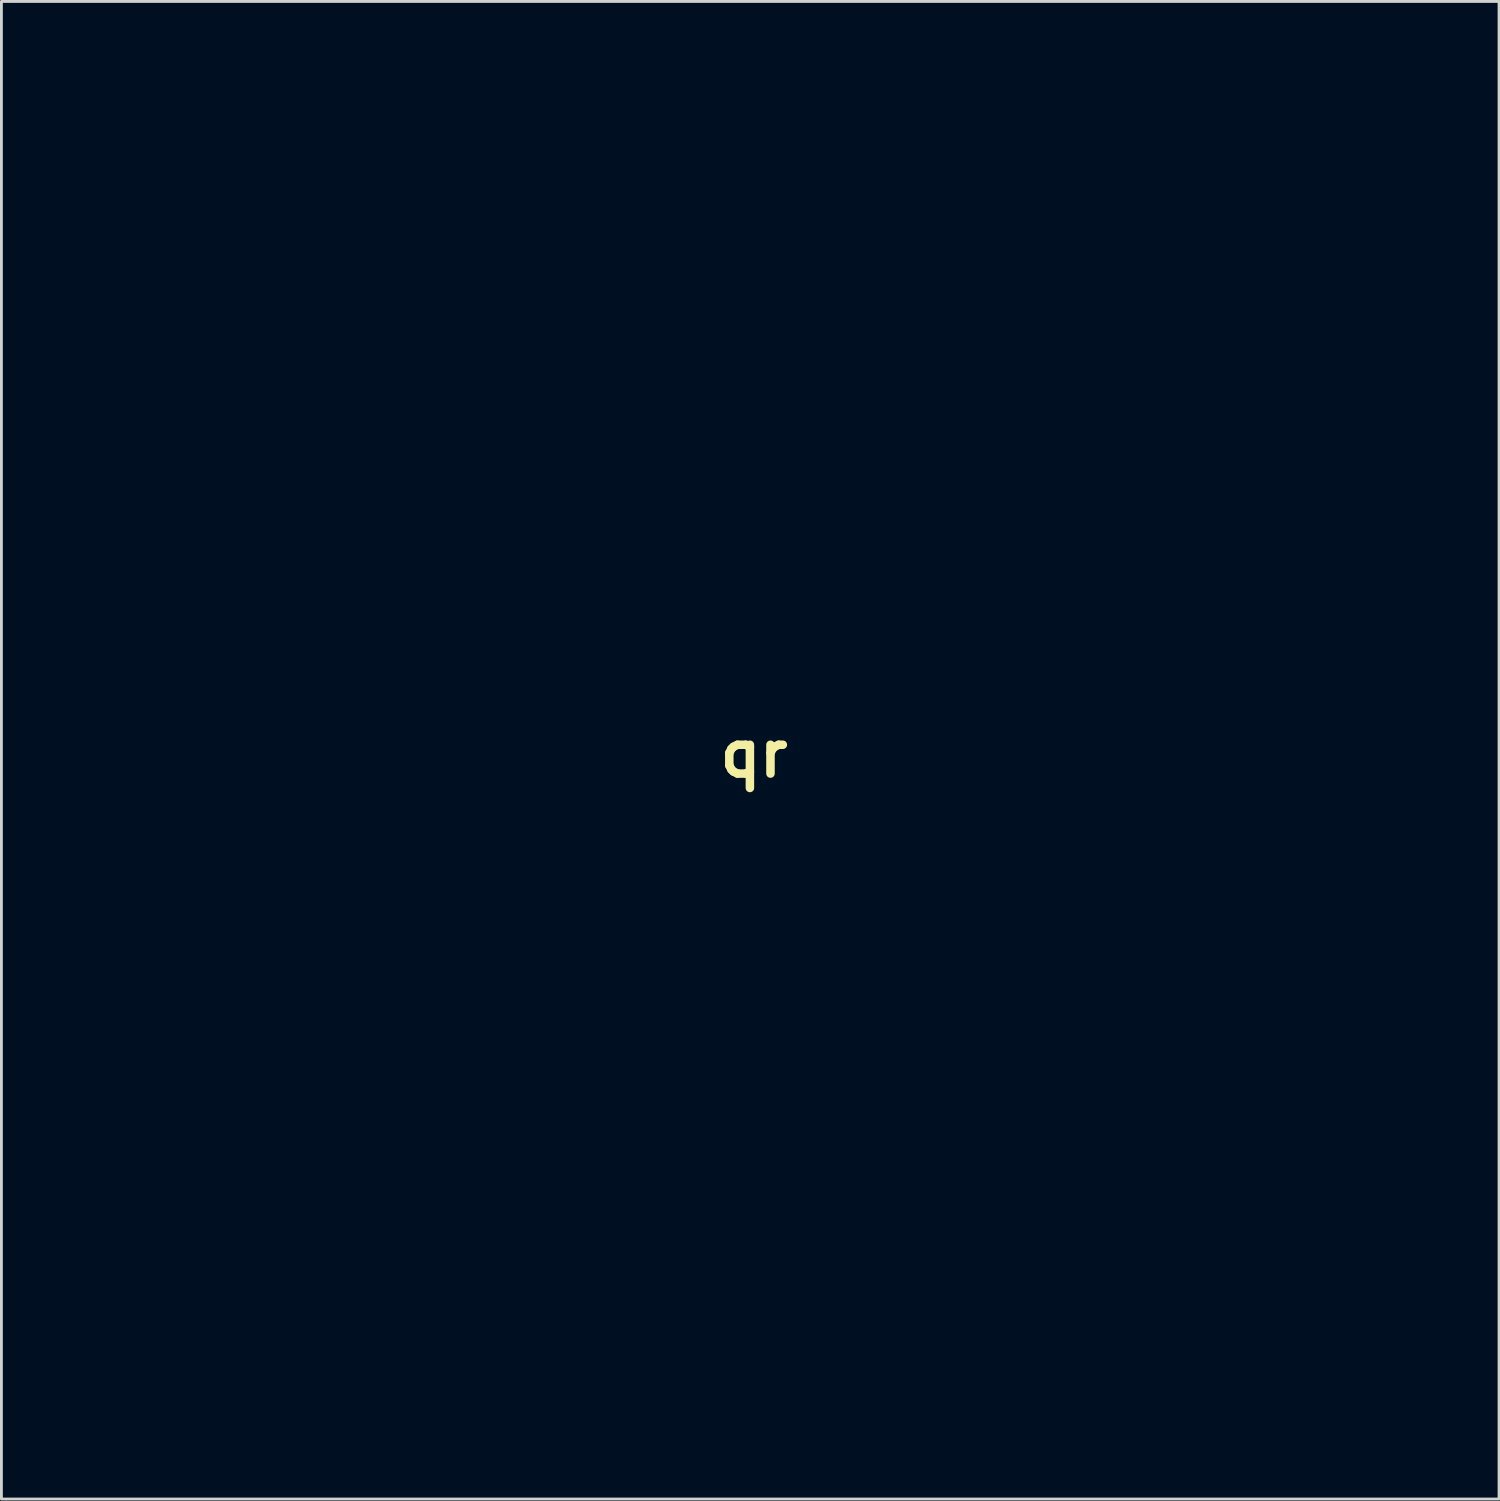
<source format=kicad_pcb>
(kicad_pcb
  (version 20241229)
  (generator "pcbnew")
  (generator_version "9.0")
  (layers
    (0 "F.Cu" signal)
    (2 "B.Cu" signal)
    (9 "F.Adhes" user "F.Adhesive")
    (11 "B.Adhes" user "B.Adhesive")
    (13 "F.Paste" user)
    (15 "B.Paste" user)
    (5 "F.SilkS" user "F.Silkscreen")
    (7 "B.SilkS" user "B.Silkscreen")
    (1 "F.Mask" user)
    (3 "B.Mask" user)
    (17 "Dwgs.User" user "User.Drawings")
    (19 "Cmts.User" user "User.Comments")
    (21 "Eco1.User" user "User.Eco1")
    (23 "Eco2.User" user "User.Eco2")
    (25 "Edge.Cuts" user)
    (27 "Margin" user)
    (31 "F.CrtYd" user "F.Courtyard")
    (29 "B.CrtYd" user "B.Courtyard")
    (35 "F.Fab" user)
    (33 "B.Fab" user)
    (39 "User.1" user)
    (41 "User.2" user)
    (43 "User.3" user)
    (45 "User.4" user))
  (footprint "qr"
    (layer "F.Cu")
    (at 23.533 23.533)
    (property "Reference" "qr" (at 0 0 0) (layer "F.SilkS") (effects (font (size 1.524 1.524) (thickness 0.3))))
    (attr through_hole)
    (fp_poly (pts (xy -14.171 -14.171) (xy -19.785 -14.171) (xy -19.785 -19.785) (xy -14.171 -19.785) (xy -14.171 -14.171)) (stroke (width 0.01) (type solid)) (fill no) (layer "Eco2.User"))
    (fp_poly (pts (xy -14.171 19.518) (xy -19.785 19.518) (xy -19.785 13.903) (xy -14.171 13.903) (xy -14.171 19.518)) (stroke (width 0.01) (type solid)) (fill no) (layer "Eco2.User"))
    (fp_poly (pts (xy 19.518 -14.171) (xy 13.903 -14.171) (xy 13.903 -19.785) (xy 19.518 -19.785) (xy 19.518 -14.171)) (stroke (width 0.01) (type solid)) (fill no) (layer "Eco2.User"))
    (fp_poly (pts (xy -10.427 -10.427) (xy -23.528 -10.427) (xy -23.528 -21.657) (xy -21.657 -21.657) (xy -21.657 -12.299) (xy -12.299 -12.299) (xy -12.299 -21.657) (xy -21.657 -21.657) (xy -23.528 -21.657) (xy -23.528 -23.528) (xy -10.427 -23.528) (xy -10.427 -10.427)) (stroke (width 0.01) (type solid)) (fill no) (layer "Eco2.User"))
    (fp_poly (pts (xy -10.427 23.261) (xy -23.528 23.261) (xy -23.528 12.032) (xy -21.657 12.032) (xy -21.657 21.389) (xy -12.299 21.389) (xy -12.299 12.032) (xy -21.657 12.032) (xy -23.528 12.032) (xy -23.528 10.16) (xy -10.427 10.16) (xy -10.427 23.261)) (stroke (width 0.01) (type solid)) (fill no) (layer "Eco2.User"))
    (fp_poly (pts (xy 23.261 -10.427) (xy 10.16 -10.427) (xy 10.16 -21.657) (xy 12.032 -21.657) (xy 12.032 -12.299) (xy 21.389 -12.299) (xy 21.389 -21.657) (xy 12.032 -21.657) (xy 10.16 -21.657) (xy 10.16 -23.528) (xy 23.261 -23.528) (xy 23.261 -10.427)) (stroke (width 0.01) (type solid)) (fill no) (layer "Eco2.User"))
    (fp_poly (pts (xy 23.261 13.903) (xy 22.325 13.903) (xy 21.698 13.862) (xy 21.441 13.628) (xy 21.39 13.039) (xy 21.389 12.967) (xy 21.348 12.34) (xy 21.115 12.083) (xy 20.525 12.032) (xy 20.454 12.032) (xy 19.518 12.032) (xy 19.518 8.288) (xy 23.261 8.288) (xy 23.261 13.903)) (stroke (width 0.01) (type solid)) (fill no) (layer "Eco2.User"))
    (fp_poly (pts (xy 13.595 -4.771) (xy 13.852 -4.538) (xy 13.903 -3.948) (xy 13.903 -3.877) (xy 13.862 -3.25) (xy 13.628 -2.992) (xy 13.039 -2.941) (xy 12.967 -2.941) (xy 12.34 -2.982) (xy 12.083 -3.216) (xy 12.032 -3.806) (xy 12.032 -3.877) (xy 12.032 -4.813) (xy 12.967 -4.813) (xy 13.595 -4.771)) (stroke (width 0.01) (type solid)) (fill no) (layer "Eco2.User"))
    (fp_poly (pts (xy 11.723 10.201) (xy 11.98 10.435) (xy 12.031 11.025) (xy 12.032 11.096) (xy 11.99 11.723) (xy 11.757 11.98) (xy 11.167 12.031) (xy 11.096 12.032) (xy 10.469 11.99) (xy 10.211 11.757) (xy 10.16 11.167) (xy 10.16 11.096) (xy 10.201 10.469) (xy 10.435 10.211) (xy 11.025 10.16) (xy 11.096 10.16) (xy 11.723 10.201)) (stroke (width 0.01) (type solid)) (fill no) (layer "Eco2.User"))
    (fp_poly (pts (xy 19.209 -8.514) (xy 19.467 -8.281) (xy 19.518 -7.691) (xy 19.518 -7.62) (xy 19.477 -6.993) (xy 19.243 -6.736) (xy 18.653 -6.684) (xy 18.582 -6.684) (xy 17.955 -6.726) (xy 17.698 -6.959) (xy 17.646 -7.549) (xy 17.646 -7.62) (xy 17.688 -8.247) (xy 17.921 -8.504) (xy 18.511 -8.556) (xy 18.582 -8.556) (xy 19.209 -8.514)) (stroke (width 0.01) (type solid)) (fill no) (layer "Eco2.User"))
    (fp_poly (pts (xy 22.952 17.688) (xy 23.21 17.921) (xy 23.261 18.511) (xy 23.261 18.582) (xy 23.22 19.209) (xy 22.986 19.467) (xy 22.396 19.518) (xy 22.325 19.518) (xy 21.698 19.559) (xy 21.441 19.793) (xy 21.39 20.382) (xy 21.389 20.454) (xy 21.431 21.081) (xy 21.664 21.338) (xy 22.254 21.389) (xy 22.325 21.389) (xy 22.952 21.431) (xy 23.21 21.664) (xy 23.261 22.254) (xy 23.261 22.325) (xy 23.261 23.261) (xy 19.518 23.261) (xy 19.518 19.518) (xy 20.454 19.518) (xy 21.081 19.477) (xy 21.338 19.243) (xy 21.389 18.653) (xy 21.389 18.582) (xy 21.431 17.955) (xy 21.664 17.698) (xy 22.254 17.646) (xy 22.325 17.646) (xy 22.952 17.688)) (stroke (width 0.01) (type solid)) (fill no) (layer "Eco2.User"))
    (fp_poly (pts (xy 8.288 19.518) (xy 12.032 19.518) (xy 12.032 20.454) (xy 12.073 21.081) (xy 12.306 21.338) (xy 12.896 21.389) (xy 12.967 21.389) (xy 13.903 21.389) (xy 13.903 23.261) (xy 10.16 23.261) (xy 10.16 22.325) (xy 10.119 21.698) (xy 9.885 21.441) (xy 9.295 21.39) (xy 9.224 21.389) (xy 8.597 21.431) (xy 8.34 21.664) (xy 8.289 22.254) (xy 8.288 22.325) (xy 8.288 23.261) (xy 4.545 23.261) (xy 4.545 22.325) (xy 4.587 21.698) (xy 4.82 21.441) (xy 5.41 21.39) (xy 5.481 21.389) (xy 6.108 21.348) (xy 6.365 21.115) (xy 6.417 20.525) (xy 6.417 20.454) (xy 6.375 19.826) (xy 6.142 19.569) (xy 5.552 19.518) (xy 5.481 19.518) (xy 4.854 19.477) (xy 4.597 19.243) (xy 4.545 18.653) (xy 4.545 18.582) (xy 4.545 17.646) (xy 8.288 17.646) (xy 8.288 19.518)) (stroke (width 0.01) (type solid)) (fill no) (layer "Eco2.User"))
    (fp_poly (pts (xy 23.261 -2.941) (xy 22.325 -2.941) (xy 21.698 -2.9) (xy 21.441 -2.666) (xy 21.39 -2.076) (xy 21.389 -2.005) (xy 21.431 -1.378) (xy 21.664 -1.121) (xy 22.254 -1.07) (xy 22.325 -1.069) (xy 23.261 -1.069) (xy 23.261 4.545) (xy 22.325 4.545) (xy 21.698 4.587) (xy 21.441 4.82) (xy 21.39 5.41) (xy 21.389 5.481) (xy 21.348 6.108) (xy 21.115 6.365) (xy 20.525 6.417) (xy 20.454 6.417) (xy 19.826 6.375) (xy 19.569 6.142) (xy 19.518 5.552) (xy 19.518 5.481) (xy 19.477 4.854) (xy 19.243 4.597) (xy 18.653 4.545) (xy 18.582 4.545) (xy 17.955 4.504) (xy 17.698 4.27) (xy 17.646 3.681) (xy 17.646 3.609) (xy 17.605 2.982) (xy 17.371 2.725) (xy 16.782 2.674) (xy 16.711 2.674) (xy 15.775 2.674) (xy 15.775 -1.069) (xy 17.646 -1.069) (xy 17.646 2.674) (xy 21.389 2.674) (xy 21.389 1.738) (xy 21.348 1.111) (xy 21.115 0.853) (xy 20.525 0.802) (xy 20.454 0.802) (xy 19.518 0.802) (xy 19.518 -2.941) (xy 18.582 -2.941) (xy 17.955 -2.982) (xy 17.698 -3.216) (xy 17.646 -3.806) (xy 17.646 -3.877) (xy 17.646 -4.813) (xy 21.389 -4.813) (xy 21.389 -5.748) (xy 21.431 -6.376) (xy 21.664 -6.633) (xy 22.254 -6.684) (xy 22.325 -6.684) (xy 23.261 -6.684) (xy 23.261 -2.941)) (stroke (width 0.01) (type solid)) (fill no) (layer "Eco2.User"))
    (fp_poly (pts (xy 12.032 -4.813) (xy 8.288 -4.813) (xy 8.288 -1.069) (xy 12.032 -1.069) (xy 12.032 2.674) (xy 12.967 2.674) (xy 13.595 2.715) (xy 13.852 2.949) (xy 13.903 3.538) (xy 13.903 3.609) (xy 13.945 4.237) (xy 14.178 4.494) (xy 14.768 4.545) (xy 14.839 4.545) (xy 15.466 4.587) (xy 15.723 4.82) (xy 15.775 5.41) (xy 15.775 5.481) (xy 15.816 6.108) (xy 16.05 6.365) (xy 16.639 6.417) (xy 16.711 6.417) (xy 17.646 6.417) (xy 17.646 15.775) (xy 18.582 15.775) (xy 19.209 15.816) (xy 19.467 16.05) (xy 19.518 16.639) (xy 19.518 16.711) (xy 19.518 17.646) (xy 15.775 17.646) (xy 15.775 18.582) (xy 15.816 19.209) (xy 16.05 19.467) (xy 16.639 19.518) (xy 16.711 19.518) (xy 17.338 19.559) (xy 17.595 19.793) (xy 17.646 20.382) (xy 17.646 20.454) (xy 17.646 21.389) (xy 13.903 21.389) (xy 13.903 17.646) (xy 12.967 17.646) (xy 12.34 17.605) (xy 12.083 17.371) (xy 12.032 16.782) (xy 12.032 16.711) (xy 12.032 15.775) (xy 6.417 15.775) (xy 6.417 12.032) (xy 5.481 12.032) (xy 4.854 12.073) (xy 4.597 12.306) (xy 4.545 12.896) (xy 4.545 12.967) (xy 4.504 13.595) (xy 4.27 13.852) (xy 3.681 13.903) (xy 3.609 13.903) (xy 2.982 13.945) (xy 2.725 14.178) (xy 2.674 14.768) (xy 2.674 14.839) (xy 2.632 15.466) (xy 2.399 15.723) (xy 1.809 15.775) (xy 1.738 15.775) (xy 0.802 15.775) (xy 0.802 12.032) (xy 4.545 12.032) (xy 4.545 8.288) (xy 5.481 8.288) (xy 8.288 8.288) (xy 8.288 13.903) (xy 13.903 13.903) (xy 13.903 8.288) (xy 8.288 8.288) (xy 5.481 8.288) (xy 6.108 8.247) (xy 6.365 8.014) (xy 6.417 7.424) (xy 6.417 7.353) (xy 6.458 6.725) (xy 6.692 6.468) (xy 7.281 6.417) (xy 7.353 6.417) (xy 7.98 6.375) (xy 8.237 6.142) (xy 8.288 5.552) (xy 8.288 5.481) (xy 8.247 4.854) (xy 8.014 4.597) (xy 7.424 4.545) (xy 7.353 4.545) (xy 10.16 4.545) (xy 10.16 6.417) (xy 13.903 6.417) (xy 13.903 4.545) (xy 10.16 4.545) (xy 7.353 4.545) (xy 6.725 4.504) (xy 6.468 4.27) (xy 6.417 3.681) (xy 6.417 3.609) (xy 6.417 2.674) (xy 10.16 2.674) (xy 10.16 0.802) (xy 4.545 0.802) (xy 4.545 4.545) (xy 2.674 4.545) (xy 2.674 10.16) (xy -2.941 10.16) (xy -2.941 11.096) (xy -2.982 11.723) (xy -3.216 11.98) (xy -3.806 12.031) (xy -3.877 12.032) (xy -4.813 12.032) (xy -4.813 4.545) (xy -1.069 4.545) (xy -1.069 8.288) (xy 0.802 8.288) (xy 0.802 4.545) (xy 1.738 4.545) (xy 2.365 4.504) (xy 2.622 4.27) (xy 2.674 3.681) (xy 2.674 3.609) (xy 2.632 2.982) (xy 2.399 2.725) (xy 1.809 2.674) (xy 1.738 2.674) (xy 1.111 2.715) (xy 0.853 2.949) (xy 0.802 3.538) (xy 0.802 3.609) (xy 0.761 4.237) (xy 0.527 4.494) (xy -0.062 4.545) (xy -0.134 4.545) (xy -1.069 4.545) (xy -1.069 3.609) (xy -1.111 2.982) (xy -1.344 2.725) (xy -1.934 2.674) (xy -2.005 2.674) (xy -2.941 2.674) (xy -2.941 -2.941) (xy -2.005 -2.941) (xy -1.069 -2.941) (xy -1.069 0.802) (xy 0.802 0.802) (xy 0.802 -0.134) (xy 2.674 -0.134) (xy 2.715 0.494) (xy 2.949 0.751) (xy 3.538 0.802) (xy 3.609 0.802) (xy 4.237 0.761) (xy 4.494 0.527) (xy 4.545 -0.062) (xy 4.545 -0.134) (xy 4.504 -0.761) (xy 4.27 -1.018) (xy 3.681 -1.069) (xy 3.609 -1.069) (xy 2.982 -1.028) (xy 2.725 -0.795) (xy 2.674 -0.205) (xy 2.674 -0.134) (xy 0.802 -0.134) (xy 0.802 -2.941) (xy -1.069 -2.941) (xy -2.005 -2.941) (xy -1.378 -2.982) (xy -1.121 -3.216) (xy -1.07 -3.806) (xy -1.069 -3.877) (xy -1.069 -4.813) (xy 2.674 -4.813) (xy 2.674 -3.877) (xy 2.715 -3.25) (xy 2.949 -2.992) (xy 3.538 -2.941) (xy 3.609 -2.941) (xy 4.237 -2.9) (xy 4.494 -2.666) (xy 4.545 -2.076) (xy 4.545 -2.005) (xy 4.587 -1.378) (xy 4.82 -1.121) (xy 5.41 -1.07) (xy 5.481 -1.069) (xy 6.417 -1.069) (xy 6.417 -8.556) (xy 12.032 -8.556) (xy 12.032 -4.813)) (stroke (width 0.01) (type solid)) (fill no) (layer "Eco2.User"))
    (fp_poly (pts (xy 6.417 -22.593) (xy 6.458 -21.965) (xy 6.692 -21.708) (xy 7.281 -21.657) (xy 7.353 -21.657) (xy 7.98 -21.615) (xy 8.237 -21.382) (xy 8.288 -20.792) (xy 8.288 -20.721) (xy 8.247 -20.094) (xy 8.014 -19.837) (xy 7.424 -19.785) (xy 7.353 -19.785) (xy 6.725 -19.744) (xy 6.468 -19.51) (xy 6.417 -18.921) (xy 6.417 -18.849) (xy 6.375 -18.222) (xy 6.142 -17.965) (xy 5.552 -17.914) (xy 5.481 -17.914) (xy 4.854 -17.955) (xy 4.597 -18.189) (xy 4.545 -18.778) (xy 4.545 -18.849) (xy 4.545 -19.785) (xy 0.802 -19.785) (xy 0.802 -18.849) (xy 0.761 -18.222) (xy 0.527 -17.965) (xy -0.062 -17.914) (xy -0.134 -17.914) (xy -0.761 -17.872) (xy -1.018 -17.639) (xy -1.069 -17.049) (xy -1.069 -16.978) (xy -1.111 -16.351) (xy -1.344 -16.093) (xy -1.934 -16.042) (xy -2.005 -16.042) (xy -2.632 -16.001) (xy -2.89 -15.767) (xy -2.941 -15.178) (xy -2.941 -15.106) (xy -2.982 -14.479) (xy -3.216 -14.222) (xy -3.806 -14.171) (xy -3.877 -14.171) (xy -4.504 -14.129) (xy -4.761 -13.896) (xy -4.813 -13.306) (xy -4.813 -13.235) (xy -4.771 -12.608) (xy -4.538 -12.35) (xy -3.948 -12.299) (xy -3.877 -12.299) (xy -2.941 -12.299) (xy -2.941 -8.556) (xy -1.069 -8.556) (xy -1.069 -12.299) (xy -0.134 -12.299) (xy 0.494 -12.258) (xy 0.751 -12.024) (xy 0.802 -11.434) (xy 0.802 -11.363) (xy 0.843 -10.736) (xy 1.077 -10.479) (xy 1.667 -10.427) (xy 1.738 -10.427) (xy 2.674 -10.427) (xy 2.674 -14.171) (xy 1.738 -14.171) (xy 1.111 -14.212) (xy 0.853 -14.445) (xy 0.802 -15.035) (xy 0.802 -15.106) (xy 0.802 -16.042) (xy 6.417 -16.042) (xy 6.417 -15.106) (xy 6.458 -14.479) (xy 6.692 -14.222) (xy 7.281 -14.171) (xy 7.353 -14.171) (xy 8.288 -14.171) (xy 8.288 -10.427) (xy 7.353 -10.427) (xy 6.725 -10.469) (xy 6.468 -10.702) (xy 6.417 -11.292) (xy 6.417 -11.363) (xy 6.375 -11.99) (xy 6.142 -12.248) (xy 5.552 -12.299) (xy 5.481 -12.299) (xy 4.545 -12.299) (xy 4.545 -8.556) (xy 0.802 -8.556) (xy 0.802 -7.62) (xy 0.761 -6.993) (xy 0.527 -6.736) (xy -0.062 -6.684) (xy -0.134 -6.684) (xy -0.761 -6.643) (xy -1.018 -6.409) (xy -1.069 -5.82) (xy -1.069 -5.748) (xy -1.069 -4.813) (xy -4.813 -4.813) (xy -4.813 -3.877) (xy -4.854 -3.25) (xy -5.088 -2.992) (xy -5.677 -2.941) (xy -5.748 -2.941) (xy -6.376 -2.9) (xy -6.633 -2.666) (xy -6.684 -2.076) (xy -6.684 -2.005) (xy -6.684 -1.069) (xy -10.427 -1.069) (xy -10.427 -2.005) (xy -10.469 -2.632) (xy -10.702 -2.89) (xy -11.292 -2.941) (xy -11.363 -2.941) (xy -11.99 -2.982) (xy -12.248 -3.216) (xy -12.299 -3.806) (xy -12.299 -3.877) (xy -8.556 -3.877) (xy -8.514 -3.25) (xy -8.281 -2.992) (xy -7.691 -2.941) (xy -7.62 -2.941) (xy -6.993 -2.982) (xy -6.736 -3.216) (xy -6.684 -3.806) (xy -6.684 -3.877) (xy -6.643 -4.504) (xy -6.409 -4.761) (xy -5.82 -4.813) (xy -5.748 -4.813) (xy -4.813 -4.813) (xy -4.813 -8.556) (xy -6.684 -8.556) (xy -6.684 -4.813) (xy -7.62 -4.813) (xy -8.247 -4.771) (xy -8.504 -4.538) (xy -8.556 -3.948) (xy -8.556 -3.877) (xy -12.299 -3.877) (xy -12.299 -4.813) (xy -8.556 -4.813) (xy -8.556 -6.684) (xy -16.042 -6.684) (xy -16.042 -8.556) (xy -8.556 -8.556) (xy -8.556 -11.363) (xy -6.684 -11.363) (xy -6.643 -10.736) (xy -6.409 -10.479) (xy -5.82 -10.427) (xy -5.748 -10.427) (xy -5.121 -10.469) (xy -4.864 -10.702) (xy -4.813 -11.292) (xy -4.813 -11.363) (xy -4.854 -11.99) (xy -5.088 -12.248) (xy -5.677 -12.299) (xy -5.748 -12.299) (xy -6.376 -12.258) (xy -6.633 -12.024) (xy -6.684 -11.434) (xy -6.684 -11.363) (xy -8.556 -11.363) (xy -8.556 -12.299) (xy -7.62 -12.299) (xy -6.993 -12.34) (xy -6.736 -12.574) (xy -6.684 -13.164) (xy -6.684 -13.235) (xy -6.643 -13.862) (xy -6.409 -14.119) (xy -5.82 -14.17) (xy -5.748 -14.171) (xy -5.121 -14.212) (xy -4.864 -14.445) (xy -4.813 -15.035) (xy -4.813 -15.106) (xy -4.854 -15.734) (xy -5.088 -15.991) (xy -5.677 -16.042) (xy -5.748 -16.042) (xy -6.376 -16.083) (xy -6.633 -16.317) (xy -6.684 -16.907) (xy -6.684 -16.978) (xy -6.726 -17.605) (xy -6.959 -17.862) (xy -7.549 -17.914) (xy -7.62 -17.914) (xy -8.247 -17.955) (xy -8.504 -18.189) (xy -8.556 -18.778) (xy -8.556 -18.849) (xy -2.941 -18.849) (xy -2.9 -18.222) (xy -2.666 -17.965) (xy -2.076 -17.914) (xy -2.005 -17.914) (xy -1.378 -17.955) (xy -1.121 -18.189) (xy -1.07 -18.778) (xy -1.069 -18.849) (xy -1.111 -19.477) (xy -1.344 -19.734) (xy -1.934 -19.785) (xy -2.005 -19.785) (xy -2.632 -19.744) (xy -2.89 -19.51) (xy -2.941 -18.921) (xy -2.941 -18.849) (xy -8.556 -18.849) (xy -8.556 -19.785) (xy -4.813 -19.785) (xy -4.813 -20.721) (xy -4.854 -21.348) (xy -5.088 -21.605) (xy -5.677 -21.657) (xy -5.748 -21.657) (xy -6.376 -21.698) (xy -6.633 -21.932) (xy -6.684 -22.521) (xy -6.684 -22.593) (xy -6.643 -23.22) (xy -6.409 -23.477) (xy -5.82 -23.528) (xy -5.748 -23.528) (xy -5.121 -23.487) (xy -4.864 -23.254) (xy -4.813 -22.664) (xy -4.813 -22.593) (xy -4.813 -21.657) (xy -1.069 -21.657) (xy -1.069 -23.528) (xy 6.417 -23.528) (xy 6.417 -22.593)) (stroke (width 0.01) (type solid)) (fill no) (layer "Eco2.User"))
    (fp_poly (pts (xy -17.914 -4.813) (xy -14.171 -4.813) (xy -14.171 -1.069) (xy -10.427 -1.069) (xy -10.427 0.802) (xy -14.171 0.802) (xy -14.171 4.545) (xy -13.235 4.545) (xy -12.608 4.504) (xy -12.35 4.27) (xy -12.299 3.681) (xy -12.299 3.609) (xy -12.258 2.982) (xy -12.024 2.725) (xy -11.434 2.674) (xy -11.363 2.674) (xy -10.736 2.715) (xy -10.479 2.949) (xy -10.427 3.538) (xy -10.427 3.609) (xy -10.469 4.237) (xy -10.702 4.494) (xy -11.292 4.545) (xy -11.363 4.545) (xy -11.99 4.587) (xy -12.248 4.82) (xy -12.299 5.41) (xy -12.299 5.481) (xy -12.299 6.417) (xy -8.556 6.417) (xy -8.556 0.802) (xy -4.813 0.802) (xy -4.813 1.738) (xy -4.854 2.365) (xy -5.088 2.622) (xy -5.677 2.674) (xy -5.748 2.674) (xy -6.684 2.674) (xy -6.684 6.417) (xy -7.62 6.417) (xy -8.247 6.458) (xy -8.504 6.692) (xy -8.556 7.281) (xy -8.556 7.353) (xy -8.514 7.98) (xy -8.281 8.237) (xy -7.691 8.288) (xy -7.62 8.288) (xy -6.684 8.288) (xy -6.684 15.775) (xy -5.748 15.775) (xy -5.121 15.816) (xy -4.864 16.05) (xy -4.813 16.639) (xy -4.813 16.711) (xy -4.771 17.338) (xy -4.538 17.595) (xy -3.948 17.646) (xy -3.877 17.646) (xy -3.25 17.688) (xy -2.992 17.921) (xy -2.941 18.511) (xy -2.941 18.582) (xy -2.9 19.209) (xy -2.666 19.467) (xy -2.076 19.518) (xy -2.005 19.518) (xy -1.378 19.559) (xy -1.121 19.793) (xy -1.07 20.382) (xy -1.069 20.454) (xy -1.028 21.081) (xy -0.795 21.338) (xy -0.205 21.389) (xy -0.134 21.389) (xy 0.802 21.389) (xy 0.802 17.646) (xy 2.674 17.646) (xy 2.674 21.389) (xy 1.738 21.389) (xy 1.111 21.431) (xy 0.853 21.664) (xy 0.802 22.254) (xy 0.802 22.325) (xy 0.761 22.952) (xy 0.527 23.21) (xy -0.062 23.261) (xy -0.134 23.261) (xy -0.761 23.22) (xy -1.018 22.986) (xy -1.069 22.396) (xy -1.069 22.325) (xy -1.111 21.698) (xy -1.344 21.441) (xy -1.934 21.39) (xy -2.005 21.389) (xy -2.632 21.431) (xy -2.89 21.664) (xy -2.941 22.254) (xy -2.941 22.325) (xy -2.982 22.952) (xy -3.216 23.21) (xy -3.806 23.261) (xy -3.877 23.261) (xy -4.504 23.22) (xy -4.761 22.986) (xy -4.813 22.396) (xy -4.813 22.325) (xy -4.854 21.698) (xy -5.088 21.441) (xy -5.677 21.39) (xy -5.748 21.389) (xy -6.376 21.431) (xy -6.633 21.664) (xy -6.684 22.254) (xy -6.684 22.325) (xy -6.726 22.952) (xy -6.959 23.21) (xy -7.549 23.261) (xy -7.62 23.261) (xy -8.556 23.261) (xy -8.556 20.454) (xy -4.813 20.454) (xy -4.771 21.081) (xy -4.538 21.338) (xy -3.948 21.389) (xy -3.877 21.389) (xy -3.25 21.348) (xy -2.992 21.115) (xy -2.941 20.525) (xy -2.941 20.454) (xy -2.982 19.826) (xy -3.216 19.569) (xy -3.806 19.518) (xy -3.877 19.518) (xy -4.504 19.559) (xy -4.761 19.793) (xy -4.813 20.382) (xy -4.813 20.454) (xy -8.556 20.454) (xy -8.556 17.646) (xy -7.62 17.646) (xy -6.993 17.605) (xy -6.736 17.371) (xy -6.684 16.782) (xy -6.684 16.711) (xy -6.726 16.083) (xy -6.959 15.826) (xy -7.549 15.775) (xy -7.62 15.775) (xy -8.556 15.775) (xy -8.556 8.288) (xy -17.914 8.288) (xy -17.914 6.417) (xy -21.657 6.417) (xy -21.657 7.353) (xy -21.698 7.98) (xy -21.932 8.237) (xy -22.521 8.288) (xy -22.593 8.288) (xy -23.22 8.247) (xy -23.477 8.014) (xy -23.528 7.424) (xy -23.528 7.353) (xy -23.487 6.725) (xy -23.254 6.468) (xy -22.664 6.417) (xy -22.593 6.417) (xy -21.965 6.375) (xy -21.708 6.142) (xy -21.657 5.552) (xy -21.657 5.481) (xy -16.042 5.481) (xy -16.001 6.108) (xy -15.767 6.365) (xy -15.178 6.417) (xy -15.106 6.417) (xy -14.479 6.375) (xy -14.222 6.142) (xy -14.171 5.552) (xy -14.171 5.481) (xy -14.212 4.854) (xy -14.445 4.597) (xy -15.035 4.545) (xy -15.106 4.545) (xy -15.734 4.587) (xy -15.991 4.82) (xy -16.042 5.41) (xy -16.042 5.481) (xy -21.657 5.481) (xy -21.698 4.854) (xy -21.932 4.597) (xy -22.521 4.545) (xy -22.593 4.545) (xy -23.22 4.504) (xy -23.477 4.27) (xy -23.528 3.681) (xy -23.528 3.609) (xy -21.657 3.609) (xy -21.615 4.237) (xy -21.382 4.494) (xy -20.792 4.545) (xy -20.721 4.545) (xy -20.094 4.504) (xy -19.837 4.27) (xy -19.785 3.681) (xy -19.785 3.609) (xy -19.827 2.982) (xy -20.06 2.725) (xy -20.65 2.674) (xy -20.721 2.674) (xy -21.348 2.715) (xy -21.605 2.949) (xy -21.657 3.538) (xy -21.657 3.609) (xy -23.528 3.609) (xy -23.487 2.982) (xy -23.254 2.725) (xy -22.664 2.674) (xy -22.593 2.674) (xy -21.657 2.674) (xy -21.657 -0.134) (xy -19.785 -0.134) (xy -19.744 0.494) (xy -19.51 0.751) (xy -18.921 0.802) (xy -18.849 0.802) (xy -18.222 0.843) (xy -17.965 1.077) (xy -17.914 1.667) (xy -17.914 1.738) (xy -17.872 2.365) (xy -17.639 2.622) (xy -17.049 2.674) (xy -16.978 2.674) (xy -16.351 2.632) (xy -16.093 2.399) (xy -16.042 1.809) (xy -16.042 1.738) (xy -16.083 1.111) (xy -16.317 0.853) (xy -16.907 0.802) (xy -16.978 0.802) (xy -17.605 0.761) (xy -17.862 0.527) (xy -17.914 -0.062) (xy -17.914 -0.134) (xy -17.955 -0.761) (xy -18.189 -1.018) (xy -18.778 -1.069) (xy -18.849 -1.069) (xy -19.477 -1.028) (xy -19.734 -0.795) (xy -19.785 -0.205) (xy -19.785 -0.134) (xy -21.657 -0.134) (xy -21.657 -4.813) (xy -23.528 -4.813) (xy -23.528 -5.748) (xy -21.657 -5.748) (xy -21.615 -5.121) (xy -21.382 -4.864) (xy -20.792 -4.813) (xy -20.721 -4.813) (xy -20.094 -4.771) (xy -19.837 -4.538) (xy -19.785 -3.948) (xy -19.785 -3.877) (xy -19.744 -3.25) (xy -19.51 -2.992) (xy -18.921 -2.941) (xy -18.849 -2.941) (xy -18.222 -2.982) (xy -17.965 -3.216) (xy -17.914 -3.806) (xy -17.914 -3.877) (xy -17.955 -4.504) (xy -18.189 -4.761) (xy -18.778 -4.813) (xy -18.849 -4.813) (xy -19.477 -4.854) (xy -19.734 -5.088) (xy -19.785 -5.677) (xy -19.785 -5.748) (xy -19.827 -6.376) (xy -20.06 -6.633) (xy -20.65 -6.684) (xy -20.721 -6.684) (xy -21.348 -6.643) (xy -21.605 -6.409) (xy -21.657 -5.82) (xy -21.657 -5.748) (xy -23.528 -5.748) (xy -23.528 -8.556) (xy -17.914 -8.556) (xy -17.914 -4.813)) (stroke (width 0.01) (type solid)) (fill no) (layer "Eco2.User")))
  (gr_rect
    (start -3 -3)
    (end 49.799 49.799)
    (stroke (width 0.1) (type default))
    (fill no)
    (layer "Edge.Cuts")))
</source>
